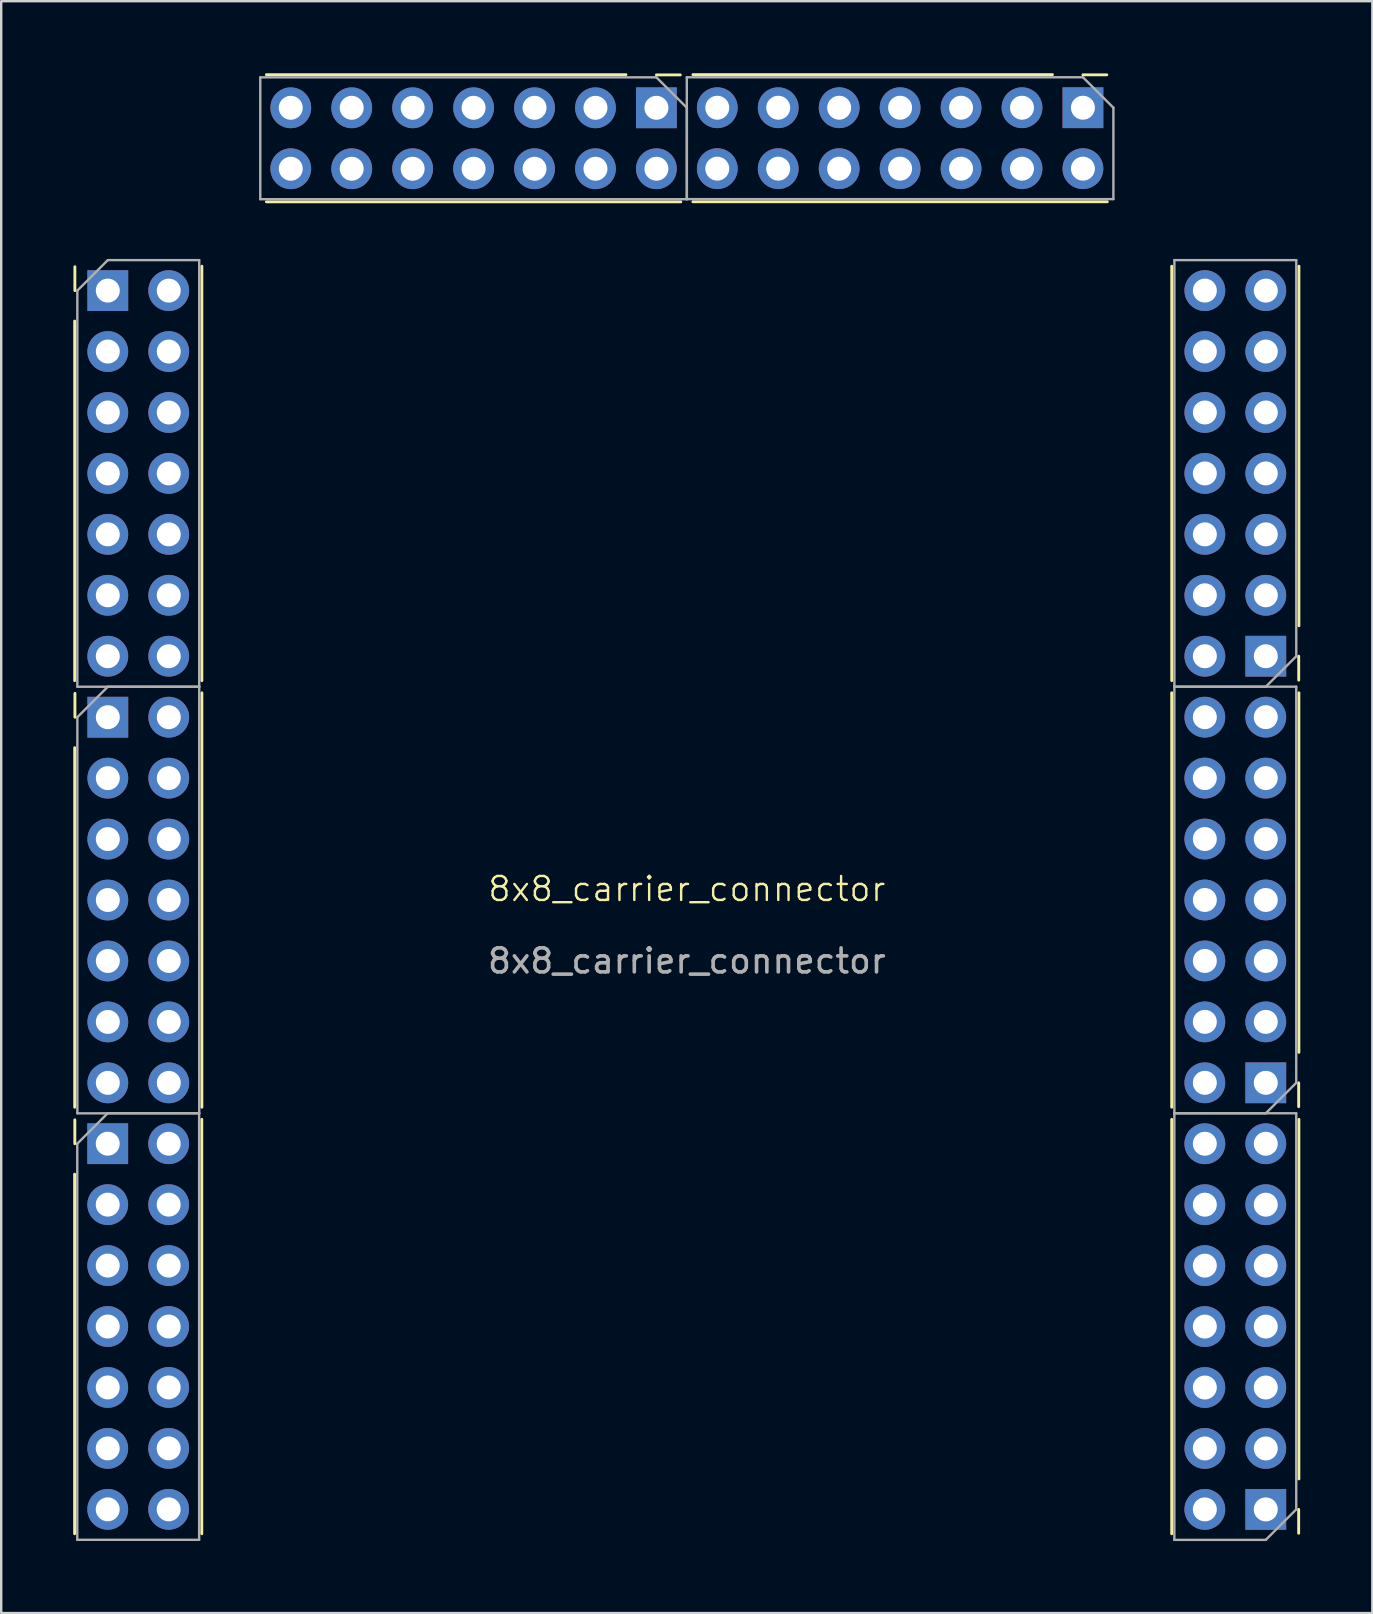
<source format=kicad_pcb>
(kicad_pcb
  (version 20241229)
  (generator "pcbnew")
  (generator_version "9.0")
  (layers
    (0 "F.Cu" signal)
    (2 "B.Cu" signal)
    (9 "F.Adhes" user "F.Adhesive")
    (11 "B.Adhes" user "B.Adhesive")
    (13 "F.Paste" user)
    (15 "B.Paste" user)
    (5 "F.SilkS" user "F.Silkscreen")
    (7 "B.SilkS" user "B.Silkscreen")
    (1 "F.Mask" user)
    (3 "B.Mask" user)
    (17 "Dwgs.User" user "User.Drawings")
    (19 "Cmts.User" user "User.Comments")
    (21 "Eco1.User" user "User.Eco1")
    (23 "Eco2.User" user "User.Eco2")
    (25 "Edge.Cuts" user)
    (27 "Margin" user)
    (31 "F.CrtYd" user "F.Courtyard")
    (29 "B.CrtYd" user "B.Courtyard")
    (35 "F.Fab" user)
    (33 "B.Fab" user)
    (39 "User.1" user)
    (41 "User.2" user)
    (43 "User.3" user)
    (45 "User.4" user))
  (footprint "8x8_carrier_connector"
    (layer "F.Cu")
    (at 25.578 34.502)
    (property "Reference" "8x8_carrier_connector" (at 0 -0.5 0) (unlocked yes) (layer "F.SilkS") (effects (font (size 1 1) (thickness 0.1))))
    (attr smd)
    (fp_line (start -25.518 11.387) (end -25.518 26.373) (stroke (width 0.12) (type solid)) (layer "F.SilkS"))
    (fp_line (start -25.515 -24.17) (end -25.515 -9.184) (stroke (width 0.12) (type solid)) (layer "F.SilkS"))
    (fp_line (start -25.514 -6.389) (end -25.514 8.597) (stroke (width 0.12) (type solid)) (layer "F.SilkS"))
    (fp_line (start -25.509 10.117) (end -25.509 9.122) (stroke (width 0.12) (type solid)) (layer "F.SilkS"))
    (fp_line (start -25.507 -25.44) (end -25.507 -26.435) (stroke (width 0.12) (type solid)) (layer "F.SilkS"))
    (fp_line (start -25.505 -7.659) (end -25.505 -8.653) (stroke (width 0.12) (type solid)) (layer "F.SilkS"))
    (fp_line (start -20.218 9.101) (end -20.218 26.373) (stroke (width 0.12) (type solid)) (layer "F.SilkS"))
    (fp_line (start -20.215 -26.456) (end -20.215 -9.184) (stroke (width 0.12) (type solid)) (layer "F.SilkS"))
    (fp_line (start -20.214 -8.675) (end -20.214 8.597) (stroke (width 0.12) (type solid)) (layer "F.SilkS"))
    (fp_line (start -2.539 -34.439) (end -17.525 -34.439) (stroke (width 0.12) (type solid)) (layer "F.SilkS"))
    (fp_line (start -1.269 -34.43) (end -0.274 -34.43) (stroke (width 0.12) (type solid)) (layer "F.SilkS"))
    (fp_line (start -0.253 -29.139) (end -17.525 -29.139) (stroke (width 0.12) (type solid)) (layer "F.SilkS"))
    (fp_line (start 15.238 -34.442) (end 0.252 -34.442) (stroke (width 0.12) (type solid)) (layer "F.SilkS"))
    (fp_line (start 16.508 -34.434) (end 17.503 -34.434) (stroke (width 0.12) (type solid)) (layer "F.SilkS"))
    (fp_line (start 17.524 -29.142) (end 0.252 -29.142) (stroke (width 0.12) (type solid)) (layer "F.SilkS"))
    (fp_line (start 20.209 26.375) (end 20.209 9.103) (stroke (width 0.12) (type solid)) (layer "F.SilkS"))
    (fp_line (start 20.209 8.595) (end 20.209 -8.677) (stroke (width 0.12) (type solid)) (layer "F.SilkS"))
    (fp_line (start 20.21 -9.184) (end 20.21 -26.456) (stroke (width 0.12) (type solid)) (layer "F.SilkS"))
    (fp_line (start 25.5 25.359) (end 25.5 26.353) (stroke (width 0.12) (type solid)) (layer "F.SilkS"))
    (fp_line (start 25.5 7.579) (end 25.5 8.573) (stroke (width 0.12) (type solid)) (layer "F.SilkS"))
    (fp_line (start 25.502 -10.2) (end 25.502 -9.205) (stroke (width 0.12) (type solid)) (layer "F.SilkS"))
    (fp_line (start 25.509 24.089) (end 25.509 9.103) (stroke (width 0.12) (type solid)) (layer "F.SilkS"))
    (fp_line (start 25.509 6.309) (end 25.509 -8.677) (stroke (width 0.12) (type solid)) (layer "F.SilkS"))
    (fp_line (start 25.51 -11.47) (end 25.51 -26.456) (stroke (width 0.12) (type solid)) (layer "F.SilkS"))
    (fp_line (start -25.408 10.117) (end -24.138 8.847) (stroke (width 0.1) (type solid)) (layer "F.Fab"))
    (fp_line (start -25.408 26.627) (end -25.408 10.117) (stroke (width 0.1) (type solid)) (layer "F.Fab"))
    (fp_line (start -25.405 -25.44) (end -24.135 -26.71) (stroke (width 0.1) (type solid)) (layer "F.Fab"))
    (fp_line (start -25.405 -8.93) (end -25.405 -25.44) (stroke (width 0.1) (type solid)) (layer "F.Fab"))
    (fp_line (start -25.404 -7.659) (end -24.134 -8.929) (stroke (width 0.1) (type solid)) (layer "F.Fab"))
    (fp_line (start -25.404 8.851) (end -25.404 -7.659) (stroke (width 0.1) (type solid)) (layer "F.Fab"))
    (fp_line (start -24.138 8.847) (end -20.328 8.847) (stroke (width 0.1) (type solid)) (layer "F.Fab"))
    (fp_line (start -24.135 -26.71) (end -20.325 -26.71) (stroke (width 0.1) (type solid)) (layer "F.Fab"))
    (fp_line (start -24.134 -8.929) (end -20.324 -8.929) (stroke (width 0.1) (type solid)) (layer "F.Fab"))
    (fp_line (start -20.328 8.847) (end -20.328 26.627) (stroke (width 0.1) (type solid)) (layer "F.Fab"))
    (fp_line (start -20.328 26.627) (end -25.408 26.627) (stroke (width 0.1) (type solid)) (layer "F.Fab"))
    (fp_line (start -20.325 -26.71) (end -20.325 -8.93) (stroke (width 0.1) (type solid)) (layer "F.Fab"))
    (fp_line (start -20.325 -8.93) (end -25.405 -8.93) (stroke (width 0.1) (type solid)) (layer "F.Fab"))
    (fp_line (start -20.324 -8.929) (end -20.324 8.851) (stroke (width 0.1) (type solid)) (layer "F.Fab"))
    (fp_line (start -20.324 8.851) (end -25.404 8.851) (stroke (width 0.1) (type solid)) (layer "F.Fab"))
    (fp_line (start -17.779 -34.329) (end -1.269 -34.329) (stroke (width 0.1) (type solid)) (layer "F.Fab"))
    (fp_line (start -17.779 -29.249) (end -17.779 -34.329) (stroke (width 0.1) (type solid)) (layer "F.Fab"))
    (fp_line (start -1.269 -34.329) (end 0.001 -33.059) (stroke (width 0.1) (type solid)) (layer "F.Fab"))
    (fp_line (start -0.002 -34.332) (end 16.508 -34.332) (stroke (width 0.1) (type solid)) (layer "F.Fab"))
    (fp_line (start -0.002 -29.252) (end -0.002 -34.332) (stroke (width 0.1) (type solid)) (layer "F.Fab"))
    (fp_line (start 0.001 -33.059) (end 0.001 -29.249) (stroke (width 0.1) (type solid)) (layer "F.Fab"))
    (fp_line (start 0.001 -29.249) (end -17.779 -29.249) (stroke (width 0.1) (type solid)) (layer "F.Fab"))
    (fp_line (start 16.508 -34.332) (end 17.778 -33.062) (stroke (width 0.1) (type solid)) (layer "F.Fab"))
    (fp_line (start 17.778 -33.062) (end 17.778 -29.252) (stroke (width 0.1) (type solid)) (layer "F.Fab"))
    (fp_line (start 17.778 -29.252) (end -0.002 -29.252) (stroke (width 0.1) (type solid)) (layer "F.Fab"))
    (fp_line (start 20.319 8.849) (end 25.399 8.849) (stroke (width 0.1) (type solid)) (layer "F.Fab"))
    (fp_line (start 20.319 26.629) (end 20.319 8.849) (stroke (width 0.1) (type solid)) (layer "F.Fab"))
    (fp_line (start 20.319 -8.931) (end 25.399 -8.931) (stroke (width 0.1) (type solid)) (layer "F.Fab"))
    (fp_line (start 20.319 8.849) (end 20.319 -8.931) (stroke (width 0.1) (type solid)) (layer "F.Fab"))
    (fp_line (start 20.32 -26.71) (end 25.4 -26.71) (stroke (width 0.1) (type solid)) (layer "F.Fab"))
    (fp_line (start 20.32 -8.93) (end 20.32 -26.71) (stroke (width 0.1) (type solid)) (layer "F.Fab"))
    (fp_line (start 24.129 26.629) (end 20.319 26.629) (stroke (width 0.1) (type solid)) (layer "F.Fab"))
    (fp_line (start 24.129 8.849) (end 20.319 8.849) (stroke (width 0.1) (type solid)) (layer "F.Fab"))
    (fp_line (start 24.13 -8.93) (end 20.32 -8.93) (stroke (width 0.1) (type solid)) (layer "F.Fab"))
    (fp_line (start 25.399 8.849) (end 25.399 25.359) (stroke (width 0.1) (type solid)) (layer "F.Fab"))
    (fp_line (start 25.399 25.359) (end 24.129 26.629) (stroke (width 0.1) (type solid)) (layer "F.Fab"))
    (fp_line (start 25.399 -8.931) (end 25.399 7.579) (stroke (width 0.1) (type solid)) (layer "F.Fab"))
    (fp_line (start 25.399 7.579) (end 24.129 8.849) (stroke (width 0.1) (type solid)) (layer "F.Fab"))
    (fp_line (start 25.4 -26.71) (end 25.4 -10.2) (stroke (width 0.1) (type solid)) (layer "F.Fab"))
    (fp_line (start 25.4 -10.2) (end 24.13 -8.93) (stroke (width 0.1) (type solid)) (layer "F.Fab"))
    (fp_text user "${REFERENCE}" (at 0 2.5 0) (unlocked yes) (layer "F.Fab") (effects (font (size 1 1) (thickness 0.15))))
    (pad "A1" thru_hole rect (at 24.129 25.359 180) (size 1.7 1.7) (drill 1) (layers "*.Cu" "*.Mask"))
    (pad "A2" thru_hole circle (at 21.589 25.359 180) (size 1.7 1.7) (drill 1) (layers "*.Cu" "*.Mask"))
    (pad "A3" thru_hole circle (at 24.129 22.819 180) (size 1.7 1.7) (drill 1) (layers "*.Cu" "*.Mask"))
    (pad "A4" thru_hole circle (at 21.589 22.819 180) (size 1.7 1.7) (drill 1) (layers "*.Cu" "*.Mask"))
    (pad "A5" thru_hole circle (at 24.129 20.279 180) (size 1.7 1.7) (drill 1) (layers "*.Cu" "*.Mask"))
    (pad "A6" thru_hole circle (at 21.589 20.279 180) (size 1.7 1.7) (drill 1) (layers "*.Cu" "*.Mask"))
    (pad "A7" thru_hole circle (at 24.129 17.739 180) (size 1.7 1.7) (drill 1) (layers "*.Cu" "*.Mask"))
    (pad "A8" thru_hole circle (at 21.589 17.739 180) (size 1.7 1.7) (drill 1) (layers "*.Cu" "*.Mask"))
    (pad "A9" thru_hole circle (at 24.129 15.199 180) (size 1.7 1.7) (drill 1) (layers "*.Cu" "*.Mask"))
    (pad "A10" thru_hole circle (at 21.589 15.199 180) (size 1.7 1.7) (drill 1) (layers "*.Cu" "*.Mask"))
    (pad "A11" thru_hole circle (at 24.129 12.659 180) (size 1.7 1.7) (drill 1) (layers "*.Cu" "*.Mask"))
    (pad "A12" thru_hole circle (at 21.589 12.659 180) (size 1.7 1.7) (drill 1) (layers "*.Cu" "*.Mask"))
    (pad "A13" thru_hole circle (at 24.129 10.119 180) (size 1.7 1.7) (drill 1) (layers "*.Cu" "*.Mask"))
    (pad "A14" thru_hole circle (at 21.589 10.119 180) (size 1.7 1.7) (drill 1) (layers "*.Cu" "*.Mask"))
    (pad "B1" thru_hole rect (at 24.129 7.579 180) (size 1.7 1.7) (drill 1) (layers "*.Cu" "*.Mask"))
    (pad "B2" thru_hole circle (at 21.589 7.579 180) (size 1.7 1.7) (drill 1) (layers "*.Cu" "*.Mask"))
    (pad "B3" thru_hole circle (at 24.129 5.039 180) (size 1.7 1.7) (drill 1) (layers "*.Cu" "*.Mask"))
    (pad "B4" thru_hole circle (at 21.589 5.039 180) (size 1.7 1.7) (drill 1) (layers "*.Cu" "*.Mask"))
    (pad "B5" thru_hole circle (at 24.129 2.499 180) (size 1.7 1.7) (drill 1) (layers "*.Cu" "*.Mask"))
    (pad "B6" thru_hole circle (at 21.589 2.499 180) (size 1.7 1.7) (drill 1) (layers "*.Cu" "*.Mask"))
    (pad "B7" thru_hole circle (at 24.129 -0.041 180) (size 1.7 1.7) (drill 1) (layers "*.Cu" "*.Mask"))
    (pad "B8" thru_hole circle (at 21.589 -0.041 180) (size 1.7 1.7) (drill 1) (layers "*.Cu" "*.Mask"))
    (pad "B9" thru_hole circle (at 24.129 -2.581 180) (size 1.7 1.7) (drill 1) (layers "*.Cu" "*.Mask"))
    (pad "B10" thru_hole circle (at 21.589 -2.581 180) (size 1.7 1.7) (drill 1) (layers "*.Cu" "*.Mask"))
    (pad "B11" thru_hole circle (at 24.129 -5.121 180) (size 1.7 1.7) (drill 1) (layers "*.Cu" "*.Mask"))
    (pad "B12" thru_hole circle (at 21.589 -5.121 180) (size 1.7 1.7) (drill 1) (layers "*.Cu" "*.Mask"))
    (pad "B13" thru_hole circle (at 24.129 -7.661 180) (size 1.7 1.7) (drill 1) (layers "*.Cu" "*.Mask"))
    (pad "B14" thru_hole circle (at 21.589 -7.661 180) (size 1.7 1.7) (drill 1) (layers "*.Cu" "*.Mask"))
    (pad "C1" thru_hole rect (at 24.13 -10.2 180) (size 1.7 1.7) (drill 1) (layers "*.Cu" "*.Mask"))
    (pad "C2" thru_hole circle (at 21.59 -10.2 180) (size 1.7 1.7) (drill 1) (layers "*.Cu" "*.Mask"))
    (pad "C3" thru_hole circle (at 24.13 -12.74 180) (size 1.7 1.7) (drill 1) (layers "*.Cu" "*.Mask"))
    (pad "C4" thru_hole circle (at 21.59 -12.74 180) (size 1.7 1.7) (drill 1) (layers "*.Cu" "*.Mask"))
    (pad "C5" thru_hole circle (at 24.13 -15.28 180) (size 1.7 1.7) (drill 1) (layers "*.Cu" "*.Mask"))
    (pad "C6" thru_hole circle (at 21.59 -15.28 180) (size 1.7 1.7) (drill 1) (layers "*.Cu" "*.Mask"))
    (pad "C7" thru_hole circle (at 24.13 -17.82 180) (size 1.7 1.7) (drill 1) (layers "*.Cu" "*.Mask"))
    (pad "C8" thru_hole circle (at 21.59 -17.82 180) (size 1.7 1.7) (drill 1) (layers "*.Cu" "*.Mask"))
    (pad "C9" thru_hole circle (at 24.13 -20.36 180) (size 1.7 1.7) (drill 1) (layers "*.Cu" "*.Mask"))
    (pad "C10" thru_hole circle (at 21.59 -20.36 180) (size 1.7 1.7) (drill 1) (layers "*.Cu" "*.Mask"))
    (pad "C11" thru_hole circle (at 24.13 -22.9 180) (size 1.7 1.7) (drill 1) (layers "*.Cu" "*.Mask"))
    (pad "C12" thru_hole circle (at 21.59 -22.9 180) (size 1.7 1.7) (drill 1) (layers "*.Cu" "*.Mask"))
    (pad "C13" thru_hole circle (at 24.13 -25.44 180) (size 1.7 1.7) (drill 1) (layers "*.Cu" "*.Mask"))
    (pad "C14" thru_hole circle (at 21.59 -25.44 180) (size 1.7 1.7) (drill 1) (layers "*.Cu" "*.Mask"))
    (pad "D1" thru_hole rect (at 16.508 -33.062 270) (size 1.7 1.7) (drill 1) (layers "*.Cu" "*.Mask"))
    (pad "D2" thru_hole circle (at 16.508 -30.522 270) (size 1.7 1.7) (drill 1) (layers "*.Cu" "*.Mask"))
    (pad "D3" thru_hole circle (at 13.968 -33.062 270) (size 1.7 1.7) (drill 1) (layers "*.Cu" "*.Mask"))
    (pad "D4" thru_hole circle (at 13.968 -30.522 270) (size 1.7 1.7) (drill 1) (layers "*.Cu" "*.Mask"))
    (pad "D5" thru_hole circle (at 11.428 -33.062 270) (size 1.7 1.7) (drill 1) (layers "*.Cu" "*.Mask"))
    (pad "D6" thru_hole circle (at 11.428 -30.522 270) (size 1.7 1.7) (drill 1) (layers "*.Cu" "*.Mask"))
    (pad "D7" thru_hole circle (at 8.888 -33.062 270) (size 1.7 1.7) (drill 1) (layers "*.Cu" "*.Mask"))
    (pad "D8" thru_hole circle (at 8.888 -30.522 270) (size 1.7 1.7) (drill 1) (layers "*.Cu" "*.Mask"))
    (pad "D9" thru_hole circle (at 6.348 -33.062 270) (size 1.7 1.7) (drill 1) (layers "*.Cu" "*.Mask"))
    (pad "D10" thru_hole circle (at 6.348 -30.522 270) (size 1.7 1.7) (drill 1) (layers "*.Cu" "*.Mask"))
    (pad "D11" thru_hole circle (at 3.808 -33.062 270) (size 1.7 1.7) (drill 1) (layers "*.Cu" "*.Mask"))
    (pad "D12" thru_hole circle (at 3.808 -30.522 270) (size 1.7 1.7) (drill 1) (layers "*.Cu" "*.Mask"))
    (pad "D13" thru_hole circle (at 1.268 -33.062 270) (size 1.7 1.7) (drill 1) (layers "*.Cu" "*.Mask"))
    (pad "D14" thru_hole circle (at 1.268 -30.522 270) (size 1.7 1.7) (drill 1) (layers "*.Cu" "*.Mask"))
    (pad "E1" thru_hole rect (at -1.269 -33.059 270) (size 1.7 1.7) (drill 1) (layers "*.Cu" "*.Mask"))
    (pad "E2" thru_hole circle (at -1.269 -30.519 270) (size 1.7 1.7) (drill 1) (layers "*.Cu" "*.Mask"))
    (pad "E3" thru_hole circle (at -3.809 -33.059 270) (size 1.7 1.7) (drill 1) (layers "*.Cu" "*.Mask"))
    (pad "E4" thru_hole circle (at -3.809 -30.519 270) (size 1.7 1.7) (drill 1) (layers "*.Cu" "*.Mask"))
    (pad "E5" thru_hole circle (at -6.349 -33.059 270) (size 1.7 1.7) (drill 1) (layers "*.Cu" "*.Mask"))
    (pad "E6" thru_hole circle (at -6.349 -30.519 270) (size 1.7 1.7) (drill 1) (layers "*.Cu" "*.Mask"))
    (pad "E7" thru_hole circle (at -8.889 -33.059 270) (size 1.7 1.7) (drill 1) (layers "*.Cu" "*.Mask"))
    (pad "E8" thru_hole circle (at -8.889 -30.519 270) (size 1.7 1.7) (drill 1) (layers "*.Cu" "*.Mask"))
    (pad "E9" thru_hole circle (at -11.429 -33.059 270) (size 1.7 1.7) (drill 1) (layers "*.Cu" "*.Mask"))
    (pad "E10" thru_hole circle (at -11.429 -30.519 270) (size 1.7 1.7) (drill 1) (layers "*.Cu" "*.Mask"))
    (pad "E11" thru_hole circle (at -13.969 -33.059 270) (size 1.7 1.7) (drill 1) (layers "*.Cu" "*.Mask"))
    (pad "E12" thru_hole circle (at -13.969 -30.519 270) (size 1.7 1.7) (drill 1) (layers "*.Cu" "*.Mask"))
    (pad "E13" thru_hole circle (at -16.509 -33.059 270) (size 1.7 1.7) (drill 1) (layers "*.Cu" "*.Mask"))
    (pad "E14" thru_hole circle (at -16.509 -30.519 270) (size 1.7 1.7) (drill 1) (layers "*.Cu" "*.Mask"))
    (pad "F1" thru_hole rect (at -24.135 -25.44) (size 1.7 1.7) (drill 1) (layers "*.Cu" "*.Mask"))
    (pad "F2" thru_hole circle (at -21.595 -25.44) (size 1.7 1.7) (drill 1) (layers "*.Cu" "*.Mask"))
    (pad "F3" thru_hole circle (at -24.135 -22.9) (size 1.7 1.7) (drill 1) (layers "*.Cu" "*.Mask"))
    (pad "F4" thru_hole circle (at -21.595 -22.9) (size 1.7 1.7) (drill 1) (layers "*.Cu" "*.Mask"))
    (pad "F5" thru_hole circle (at -24.135 -20.36) (size 1.7 1.7) (drill 1) (layers "*.Cu" "*.Mask"))
    (pad "F6" thru_hole circle (at -21.595 -20.36) (size 1.7 1.7) (drill 1) (layers "*.Cu" "*.Mask"))
    (pad "F7" thru_hole circle (at -24.135 -17.82) (size 1.7 1.7) (drill 1) (layers "*.Cu" "*.Mask"))
    (pad "F8" thru_hole circle (at -21.595 -17.82) (size 1.7 1.7) (drill 1) (layers "*.Cu" "*.Mask"))
    (pad "F9" thru_hole circle (at -24.135 -15.28) (size 1.7 1.7) (drill 1) (layers "*.Cu" "*.Mask"))
    (pad "F10" thru_hole circle (at -21.595 -15.28) (size 1.7 1.7) (drill 1) (layers "*.Cu" "*.Mask"))
    (pad "F11" thru_hole circle (at -24.135 -12.74) (size 1.7 1.7) (drill 1) (layers "*.Cu" "*.Mask"))
    (pad "F12" thru_hole circle (at -21.595 -12.74) (size 1.7 1.7) (drill 1) (layers "*.Cu" "*.Mask"))
    (pad "F13" thru_hole circle (at -24.135 -10.2) (size 1.7 1.7) (drill 1) (layers "*.Cu" "*.Mask"))
    (pad "F14" thru_hole circle (at -21.595 -10.2) (size 1.7 1.7) (drill 1) (layers "*.Cu" "*.Mask"))
    (pad "G1" thru_hole rect (at -24.134 -7.659) (size 1.7 1.7) (drill 1) (layers "*.Cu" "*.Mask"))
    (pad "G2" thru_hole circle (at -21.594 -7.659) (size 1.7 1.7) (drill 1) (layers "*.Cu" "*.Mask"))
    (pad "G3" thru_hole circle (at -24.134 -5.119) (size 1.7 1.7) (drill 1) (layers "*.Cu" "*.Mask"))
    (pad "G4" thru_hole circle (at -21.594 -5.119) (size 1.7 1.7) (drill 1) (layers "*.Cu" "*.Mask"))
    (pad "G5" thru_hole circle (at -24.134 -2.579) (size 1.7 1.7) (drill 1) (layers "*.Cu" "*.Mask"))
    (pad "G6" thru_hole circle (at -21.594 -2.579) (size 1.7 1.7) (drill 1) (layers "*.Cu" "*.Mask"))
    (pad "G7" thru_hole circle (at -24.134 -0.039) (size 1.7 1.7) (drill 1) (layers "*.Cu" "*.Mask"))
    (pad "G8" thru_hole circle (at -21.594 -0.039) (size 1.7 1.7) (drill 1) (layers "*.Cu" "*.Mask"))
    (pad "G9" thru_hole circle (at -24.134 2.501) (size 1.7 1.7) (drill 1) (layers "*.Cu" "*.Mask"))
    (pad "G10" thru_hole circle (at -21.594 2.501) (size 1.7 1.7) (drill 1) (layers "*.Cu" "*.Mask"))
    (pad "G11" thru_hole circle (at -24.134 5.041) (size 1.7 1.7) (drill 1) (layers "*.Cu" "*.Mask"))
    (pad "G12" thru_hole circle (at -21.594 5.041) (size 1.7 1.7) (drill 1) (layers "*.Cu" "*.Mask"))
    (pad "G13" thru_hole circle (at -24.134 7.581) (size 1.7 1.7) (drill 1) (layers "*.Cu" "*.Mask"))
    (pad "G14" thru_hole circle (at -21.594 7.581) (size 1.7 1.7) (drill 1) (layers "*.Cu" "*.Mask"))
    (pad "H1" thru_hole rect (at -24.138 10.117) (size 1.7 1.7) (drill 1) (layers "*.Cu" "*.Mask"))
    (pad "H2" thru_hole circle (at -21.598 10.117) (size 1.7 1.7) (drill 1) (layers "*.Cu" "*.Mask"))
    (pad "H3" thru_hole circle (at -24.138 12.657) (size 1.7 1.7) (drill 1) (layers "*.Cu" "*.Mask"))
    (pad "H4" thru_hole circle (at -21.598 12.657) (size 1.7 1.7) (drill 1) (layers "*.Cu" "*.Mask"))
    (pad "H5" thru_hole circle (at -24.138 15.197) (size 1.7 1.7) (drill 1) (layers "*.Cu" "*.Mask"))
    (pad "H6" thru_hole circle (at -21.598 15.197) (size 1.7 1.7) (drill 1) (layers "*.Cu" "*.Mask"))
    (pad "H7" thru_hole circle (at -24.138 17.737) (size 1.7 1.7) (drill 1) (layers "*.Cu" "*.Mask"))
    (pad "H8" thru_hole circle (at -21.598 17.737) (size 1.7 1.7) (drill 1) (layers "*.Cu" "*.Mask"))
    (pad "H9" thru_hole circle (at -24.138 20.277) (size 1.7 1.7) (drill 1) (layers "*.Cu" "*.Mask"))
    (pad "H10" thru_hole circle (at -21.598 20.277) (size 1.7 1.7) (drill 1) (layers "*.Cu" "*.Mask"))
    (pad "H11" thru_hole circle (at -24.138 22.817) (size 1.7 1.7) (drill 1) (layers "*.Cu" "*.Mask"))
    (pad "H12" thru_hole circle (at -21.598 22.817) (size 1.7 1.7) (drill 1) (layers "*.Cu" "*.Mask"))
    (pad "H13" thru_hole circle (at -24.138 25.357) (size 1.7 1.7) (drill 1) (layers "*.Cu" "*.Mask"))
    (pad "H14" thru_hole circle (at -21.598 25.357) (size 1.7 1.7) (drill 1) (layers "*.Cu" "*.Mask")))
  (gr_rect
    (start -3 -3)
    (end 54.148 64.181)
    (stroke (width 0.1) (type default))
    (fill no)
    (layer "Edge.Cuts")))
</source>
